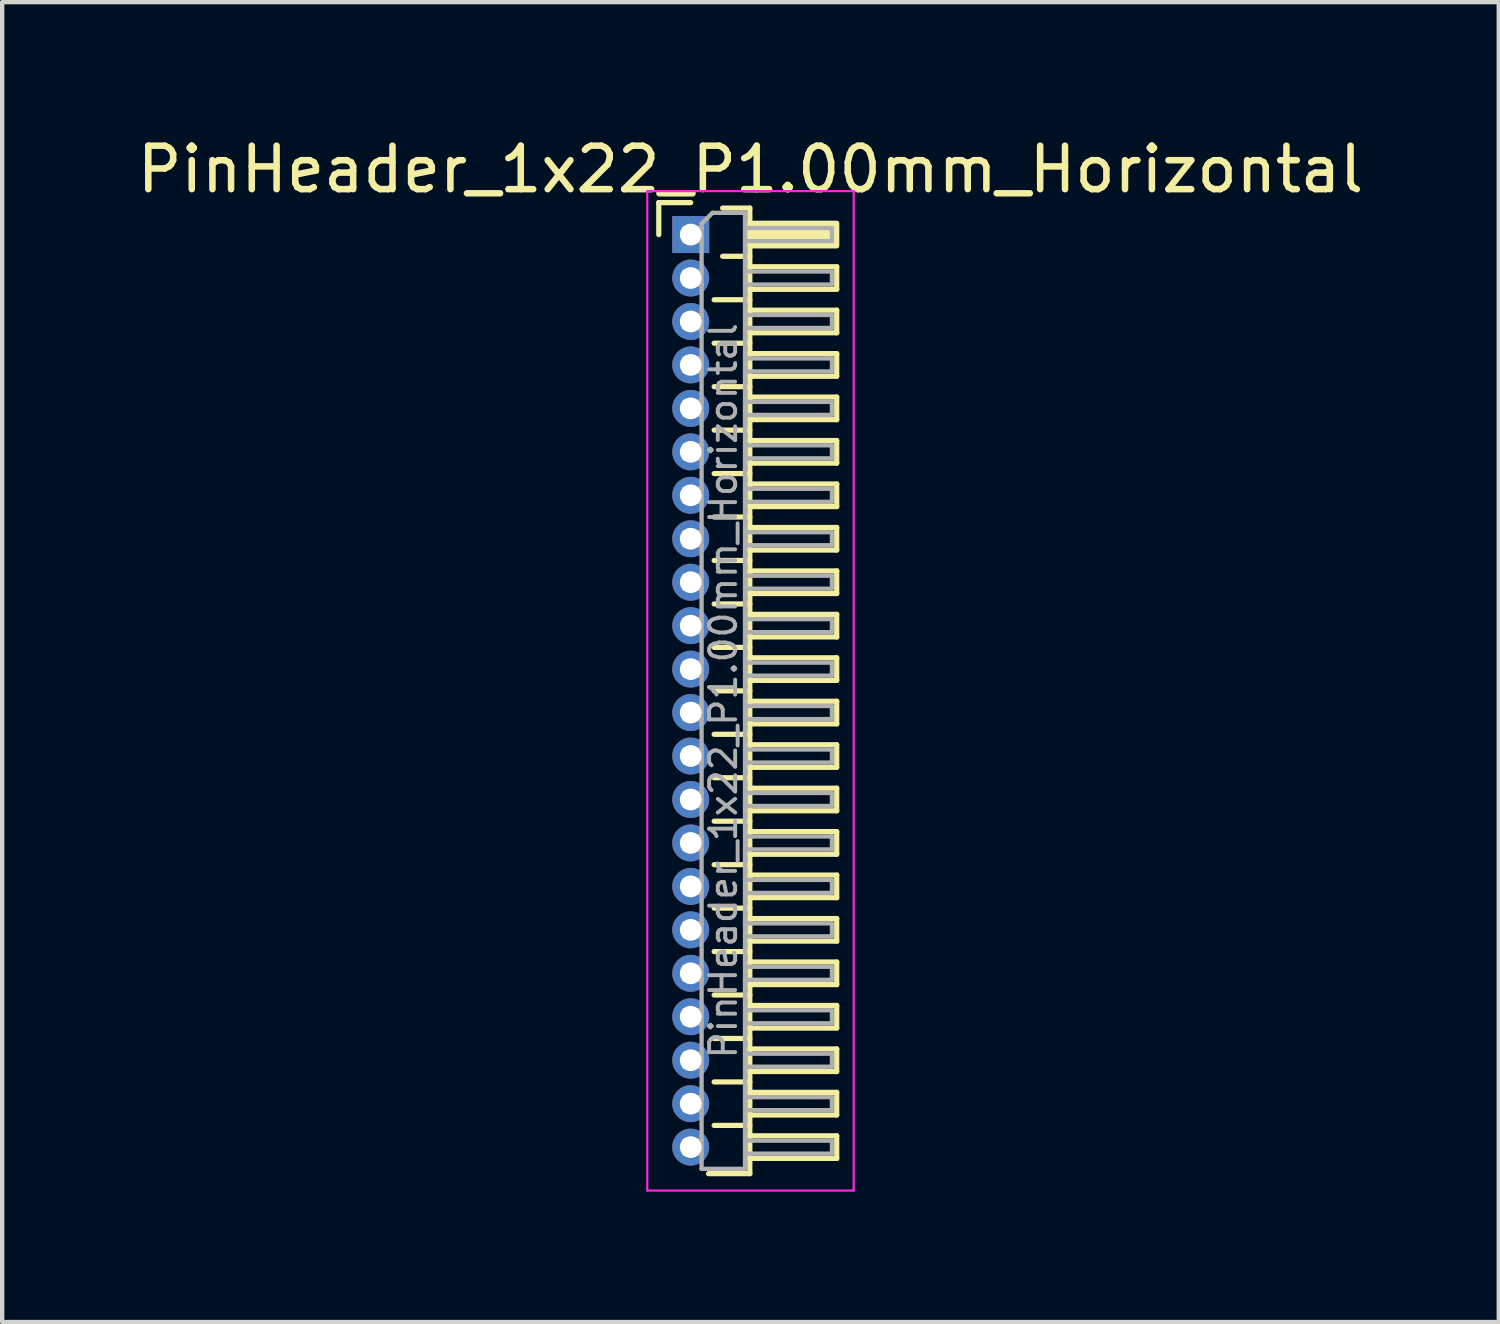
<source format=kicad_pcb>
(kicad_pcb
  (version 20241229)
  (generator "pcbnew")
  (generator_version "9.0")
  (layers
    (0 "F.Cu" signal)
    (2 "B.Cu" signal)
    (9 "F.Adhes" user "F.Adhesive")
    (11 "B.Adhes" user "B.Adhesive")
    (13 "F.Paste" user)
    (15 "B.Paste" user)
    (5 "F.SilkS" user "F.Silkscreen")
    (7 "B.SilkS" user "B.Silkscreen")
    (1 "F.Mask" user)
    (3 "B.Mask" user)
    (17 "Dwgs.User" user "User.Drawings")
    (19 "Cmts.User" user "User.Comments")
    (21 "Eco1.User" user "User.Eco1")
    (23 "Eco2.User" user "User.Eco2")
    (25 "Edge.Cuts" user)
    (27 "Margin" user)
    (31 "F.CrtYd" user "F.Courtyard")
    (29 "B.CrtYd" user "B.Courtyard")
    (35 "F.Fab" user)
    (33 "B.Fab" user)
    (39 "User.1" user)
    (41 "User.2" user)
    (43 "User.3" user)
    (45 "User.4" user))
  (footprint "PinHeader_1x22_P1.00mm_Horizontal"
    (layer "F.Cu")
    (at 12.845 2.348)
    (property "Reference" "PinHeader_1x22_P1.00mm_Horizontal" (at 1.375 -1.5 0) (layer "F.SilkS") (effects (font (size 1 1) (thickness 0.15))))
    (attr through_hole)
    (fp_line (start -0.735 -0.735) (end 0 -0.735) (stroke (width 0.12) (type solid)) (layer "F.SilkS"))
    (fp_line (start -0.735 0) (end -0.735 -0.735) (stroke (width 0.12) (type solid)) (layer "F.SilkS"))
    (fp_line (start 0.539 1.5) (end 1.36 1.5) (stroke (width 0.12) (type solid)) (layer "F.SilkS"))
    (fp_line (start 0.539 2.5) (end 1.36 2.5) (stroke (width 0.12) (type solid)) (layer "F.SilkS"))
    (fp_line (start 0.539 3.5) (end 1.36 3.5) (stroke (width 0.12) (type solid)) (layer "F.SilkS"))
    (fp_line (start 0.539 4.5) (end 1.36 4.5) (stroke (width 0.12) (type solid)) (layer "F.SilkS"))
    (fp_line (start 0.539 5.5) (end 1.36 5.5) (stroke (width 0.12) (type solid)) (layer "F.SilkS"))
    (fp_line (start 0.539 6.5) (end 1.36 6.5) (stroke (width 0.12) (type solid)) (layer "F.SilkS"))
    (fp_line (start 0.539 7.5) (end 1.36 7.5) (stroke (width 0.12) (type solid)) (layer "F.SilkS"))
    (fp_line (start 0.539 8.5) (end 1.36 8.5) (stroke (width 0.12) (type solid)) (layer "F.SilkS"))
    (fp_line (start 0.539 9.5) (end 1.36 9.5) (stroke (width 0.12) (type solid)) (layer "F.SilkS"))
    (fp_line (start 0.539 10.5) (end 1.36 10.5) (stroke (width 0.12) (type solid)) (layer "F.SilkS"))
    (fp_line (start 0.539 11.5) (end 1.36 11.5) (stroke (width 0.12) (type solid)) (layer "F.SilkS"))
    (fp_line (start 0.539 12.5) (end 1.36 12.5) (stroke (width 0.12) (type solid)) (layer "F.SilkS"))
    (fp_line (start 0.539 13.5) (end 1.36 13.5) (stroke (width 0.12) (type solid)) (layer "F.SilkS"))
    (fp_line (start 0.539 14.5) (end 1.36 14.5) (stroke (width 0.12) (type solid)) (layer "F.SilkS"))
    (fp_line (start 0.539 15.5) (end 1.36 15.5) (stroke (width 0.12) (type solid)) (layer "F.SilkS"))
    (fp_line (start 0.539 16.5) (end 1.36 16.5) (stroke (width 0.12) (type solid)) (layer "F.SilkS"))
    (fp_line (start 0.539 17.5) (end 1.36 17.5) (stroke (width 0.12) (type solid)) (layer "F.SilkS"))
    (fp_line (start 0.539 18.5) (end 1.36 18.5) (stroke (width 0.12) (type solid)) (layer "F.SilkS"))
    (fp_line (start 0.539 19.5) (end 1.36 19.5) (stroke (width 0.12) (type solid)) (layer "F.SilkS"))
    (fp_line (start 0.539 20.5) (end 1.36 20.5) (stroke (width 0.12) (type solid)) (layer "F.SilkS"))
    (fp_line (start 0.735 -0.61) (end 1.36 -0.61) (stroke (width 0.12) (type solid)) (layer "F.SilkS"))
    (fp_line (start 0.735 0.5) (end 1.36 0.5) (stroke (width 0.12) (type solid)) (layer "F.SilkS"))
    (fp_line (start 1.36 -0.61) (end 1.36 21.61) (stroke (width 0.12) (type solid)) (layer "F.SilkS"))
    (fp_line (start 1.36 0.74) (end 3.36 0.74) (stroke (width 0.12) (type solid)) (layer "F.SilkS"))
    (fp_line (start 1.36 1.74) (end 3.36 1.74) (stroke (width 0.12) (type solid)) (layer "F.SilkS"))
    (fp_line (start 1.36 2.74) (end 3.36 2.74) (stroke (width 0.12) (type solid)) (layer "F.SilkS"))
    (fp_line (start 1.36 3.74) (end 3.36 3.74) (stroke (width 0.12) (type solid)) (layer "F.SilkS"))
    (fp_line (start 1.36 4.74) (end 3.36 4.74) (stroke (width 0.12) (type solid)) (layer "F.SilkS"))
    (fp_line (start 1.36 5.74) (end 3.36 5.74) (stroke (width 0.12) (type solid)) (layer "F.SilkS"))
    (fp_line (start 1.36 6.74) (end 3.36 6.74) (stroke (width 0.12) (type solid)) (layer "F.SilkS"))
    (fp_line (start 1.36 7.74) (end 3.36 7.74) (stroke (width 0.12) (type solid)) (layer "F.SilkS"))
    (fp_line (start 1.36 8.74) (end 3.36 8.74) (stroke (width 0.12) (type solid)) (layer "F.SilkS"))
    (fp_line (start 1.36 9.74) (end 3.36 9.74) (stroke (width 0.12) (type solid)) (layer "F.SilkS"))
    (fp_line (start 1.36 10.74) (end 3.36 10.74) (stroke (width 0.12) (type solid)) (layer "F.SilkS"))
    (fp_line (start 1.36 11.74) (end 3.36 11.74) (stroke (width 0.12) (type solid)) (layer "F.SilkS"))
    (fp_line (start 1.36 12.74) (end 3.36 12.74) (stroke (width 0.12) (type solid)) (layer "F.SilkS"))
    (fp_line (start 1.36 13.74) (end 3.36 13.74) (stroke (width 0.12) (type solid)) (layer "F.SilkS"))
    (fp_line (start 1.36 14.74) (end 3.36 14.74) (stroke (width 0.12) (type solid)) (layer "F.SilkS"))
    (fp_line (start 1.36 15.74) (end 3.36 15.74) (stroke (width 0.12) (type solid)) (layer "F.SilkS"))
    (fp_line (start 1.36 16.74) (end 3.36 16.74) (stroke (width 0.12) (type solid)) (layer "F.SilkS"))
    (fp_line (start 1.36 17.74) (end 3.36 17.74) (stroke (width 0.12) (type solid)) (layer "F.SilkS"))
    (fp_line (start 1.36 18.74) (end 3.36 18.74) (stroke (width 0.12) (type solid)) (layer "F.SilkS"))
    (fp_line (start 1.36 19.74) (end 3.36 19.74) (stroke (width 0.12) (type solid)) (layer "F.SilkS"))
    (fp_line (start 1.36 20.74) (end 3.36 20.74) (stroke (width 0.12) (type solid)) (layer "F.SilkS"))
    (fp_line (start 1.36 21.61) (end 0.41 21.61) (stroke (width 0.12) (type solid)) (layer "F.SilkS"))
    (fp_line (start 3.36 0.74) (end 3.36 1.26) (stroke (width 0.12) (type solid)) (layer "F.SilkS"))
    (fp_line (start 3.36 1.26) (end 1.36 1.26) (stroke (width 0.12) (type solid)) (layer "F.SilkS"))
    (fp_line (start 3.36 1.74) (end 3.36 2.26) (stroke (width 0.12) (type solid)) (layer "F.SilkS"))
    (fp_line (start 3.36 2.26) (end 1.36 2.26) (stroke (width 0.12) (type solid)) (layer "F.SilkS"))
    (fp_line (start 3.36 2.74) (end 3.36 3.26) (stroke (width 0.12) (type solid)) (layer "F.SilkS"))
    (fp_line (start 3.36 3.26) (end 1.36 3.26) (stroke (width 0.12) (type solid)) (layer "F.SilkS"))
    (fp_line (start 3.36 3.74) (end 3.36 4.26) (stroke (width 0.12) (type solid)) (layer "F.SilkS"))
    (fp_line (start 3.36 4.26) (end 1.36 4.26) (stroke (width 0.12) (type solid)) (layer "F.SilkS"))
    (fp_line (start 3.36 4.74) (end 3.36 5.26) (stroke (width 0.12) (type solid)) (layer "F.SilkS"))
    (fp_line (start 3.36 5.26) (end 1.36 5.26) (stroke (width 0.12) (type solid)) (layer "F.SilkS"))
    (fp_line (start 3.36 5.74) (end 3.36 6.26) (stroke (width 0.12) (type solid)) (layer "F.SilkS"))
    (fp_line (start 3.36 6.26) (end 1.36 6.26) (stroke (width 0.12) (type solid)) (layer "F.SilkS"))
    (fp_line (start 3.36 6.74) (end 3.36 7.26) (stroke (width 0.12) (type solid)) (layer "F.SilkS"))
    (fp_line (start 3.36 7.26) (end 1.36 7.26) (stroke (width 0.12) (type solid)) (layer "F.SilkS"))
    (fp_line (start 3.36 7.74) (end 3.36 8.26) (stroke (width 0.12) (type solid)) (layer "F.SilkS"))
    (fp_line (start 3.36 8.26) (end 1.36 8.26) (stroke (width 0.12) (type solid)) (layer "F.SilkS"))
    (fp_line (start 3.36 8.74) (end 3.36 9.26) (stroke (width 0.12) (type solid)) (layer "F.SilkS"))
    (fp_line (start 3.36 9.26) (end 1.36 9.26) (stroke (width 0.12) (type solid)) (layer "F.SilkS"))
    (fp_line (start 3.36 9.74) (end 3.36 10.26) (stroke (width 0.12) (type solid)) (layer "F.SilkS"))
    (fp_line (start 3.36 10.26) (end 1.36 10.26) (stroke (width 0.12) (type solid)) (layer "F.SilkS"))
    (fp_line (start 3.36 10.74) (end 3.36 11.26) (stroke (width 0.12) (type solid)) (layer "F.SilkS"))
    (fp_line (start 3.36 11.26) (end 1.36 11.26) (stroke (width 0.12) (type solid)) (layer "F.SilkS"))
    (fp_line (start 3.36 11.74) (end 3.36 12.26) (stroke (width 0.12) (type solid)) (layer "F.SilkS"))
    (fp_line (start 3.36 12.26) (end 1.36 12.26) (stroke (width 0.12) (type solid)) (layer "F.SilkS"))
    (fp_line (start 3.36 12.74) (end 3.36 13.26) (stroke (width 0.12) (type solid)) (layer "F.SilkS"))
    (fp_line (start 3.36 13.26) (end 1.36 13.26) (stroke (width 0.12) (type solid)) (layer "F.SilkS"))
    (fp_line (start 3.36 13.74) (end 3.36 14.26) (stroke (width 0.12) (type solid)) (layer "F.SilkS"))
    (fp_line (start 3.36 14.26) (end 1.36 14.26) (stroke (width 0.12) (type solid)) (layer "F.SilkS"))
    (fp_line (start 3.36 14.74) (end 3.36 15.26) (stroke (width 0.12) (type solid)) (layer "F.SilkS"))
    (fp_line (start 3.36 15.26) (end 1.36 15.26) (stroke (width 0.12) (type solid)) (layer "F.SilkS"))
    (fp_line (start 3.36 15.74) (end 3.36 16.26) (stroke (width 0.12) (type solid)) (layer "F.SilkS"))
    (fp_line (start 3.36 16.26) (end 1.36 16.26) (stroke (width 0.12) (type solid)) (layer "F.SilkS"))
    (fp_line (start 3.36 16.74) (end 3.36 17.26) (stroke (width 0.12) (type solid)) (layer "F.SilkS"))
    (fp_line (start 3.36 17.26) (end 1.36 17.26) (stroke (width 0.12) (type solid)) (layer "F.SilkS"))
    (fp_line (start 3.36 17.74) (end 3.36 18.26) (stroke (width 0.12) (type solid)) (layer "F.SilkS"))
    (fp_line (start 3.36 18.26) (end 1.36 18.26) (stroke (width 0.12) (type solid)) (layer "F.SilkS"))
    (fp_line (start 3.36 18.74) (end 3.36 19.26) (stroke (width 0.12) (type solid)) (layer "F.SilkS"))
    (fp_line (start 3.36 19.26) (end 1.36 19.26) (stroke (width 0.12) (type solid)) (layer "F.SilkS"))
    (fp_line (start 3.36 19.74) (end 3.36 20.26) (stroke (width 0.12) (type solid)) (layer "F.SilkS"))
    (fp_line (start 3.36 20.26) (end 1.36 20.26) (stroke (width 0.12) (type solid)) (layer "F.SilkS"))
    (fp_line (start 3.36 20.74) (end 3.36 21.26) (stroke (width 0.12) (type solid)) (layer "F.SilkS"))
    (fp_line (start 3.36 21.26) (end 1.36 21.26) (stroke (width 0.12) (type solid)) (layer "F.SilkS"))
    (fp_rect (start 1.36 -0.26) (end 3.36 0.26) (stroke (width 0.12) (type solid)) (fill yes) (layer "F.SilkS"))
    (fp_line (start -1 -1) (end -1 22) (stroke (width 0.05) (type solid)) (layer "F.CrtYd"))
    (fp_line (start -1 22) (end 3.75 22) (stroke (width 0.05) (type solid)) (layer "F.CrtYd"))
    (fp_line (start 3.75 -1) (end -1 -1) (stroke (width 0.05) (type solid)) (layer "F.CrtYd"))
    (fp_line (start 3.75 22) (end 3.75 -1) (stroke (width 0.05) (type solid)) (layer "F.CrtYd"))
    (fp_line (start -0.15 -0.15) (end -0.15 0.15) (stroke (width 0.1) (type solid)) (layer "F.Fab"))
    (fp_line (start -0.15 -0.15) (end 0.25 -0.15) (stroke (width 0.1) (type solid)) (layer "F.Fab"))
    (fp_line (start -0.15 0.15) (end 0.25 0.15) (stroke (width 0.1) (type solid)) (layer "F.Fab"))
    (fp_line (start -0.15 0.85) (end -0.15 1.15) (stroke (width 0.1) (type solid)) (layer "F.Fab"))
    (fp_line (start -0.15 0.85) (end 0.25 0.85) (stroke (width 0.1) (type solid)) (layer "F.Fab"))
    (fp_line (start -0.15 1.15) (end 0.25 1.15) (stroke (width 0.1) (type solid)) (layer "F.Fab"))
    (fp_line (start -0.15 1.85) (end -0.15 2.15) (stroke (width 0.1) (type solid)) (layer "F.Fab"))
    (fp_line (start -0.15 1.85) (end 0.25 1.85) (stroke (width 0.1) (type solid)) (layer "F.Fab"))
    (fp_line (start -0.15 2.15) (end 0.25 2.15) (stroke (width 0.1) (type solid)) (layer "F.Fab"))
    (fp_line (start -0.15 2.85) (end -0.15 3.15) (stroke (width 0.1) (type solid)) (layer "F.Fab"))
    (fp_line (start -0.15 2.85) (end 0.25 2.85) (stroke (width 0.1) (type solid)) (layer "F.Fab"))
    (fp_line (start -0.15 3.15) (end 0.25 3.15) (stroke (width 0.1) (type solid)) (layer "F.Fab"))
    (fp_line (start -0.15 3.85) (end -0.15 4.15) (stroke (width 0.1) (type solid)) (layer "F.Fab"))
    (fp_line (start -0.15 3.85) (end 0.25 3.85) (stroke (width 0.1) (type solid)) (layer "F.Fab"))
    (fp_line (start -0.15 4.15) (end 0.25 4.15) (stroke (width 0.1) (type solid)) (layer "F.Fab"))
    (fp_line (start -0.15 4.85) (end -0.15 5.15) (stroke (width 0.1) (type solid)) (layer "F.Fab"))
    (fp_line (start -0.15 4.85) (end 0.25 4.85) (stroke (width 0.1) (type solid)) (layer "F.Fab"))
    (fp_line (start -0.15 5.15) (end 0.25 5.15) (stroke (width 0.1) (type solid)) (layer "F.Fab"))
    (fp_line (start -0.15 5.85) (end -0.15 6.15) (stroke (width 0.1) (type solid)) (layer "F.Fab"))
    (fp_line (start -0.15 5.85) (end 0.25 5.85) (stroke (width 0.1) (type solid)) (layer "F.Fab"))
    (fp_line (start -0.15 6.15) (end 0.25 6.15) (stroke (width 0.1) (type solid)) (layer "F.Fab"))
    (fp_line (start -0.15 6.85) (end -0.15 7.15) (stroke (width 0.1) (type solid)) (layer "F.Fab"))
    (fp_line (start -0.15 6.85) (end 0.25 6.85) (stroke (width 0.1) (type solid)) (layer "F.Fab"))
    (fp_line (start -0.15 7.15) (end 0.25 7.15) (stroke (width 0.1) (type solid)) (layer "F.Fab"))
    (fp_line (start -0.15 7.85) (end -0.15 8.15) (stroke (width 0.1) (type solid)) (layer "F.Fab"))
    (fp_line (start -0.15 7.85) (end 0.25 7.85) (stroke (width 0.1) (type solid)) (layer "F.Fab"))
    (fp_line (start -0.15 8.15) (end 0.25 8.15) (stroke (width 0.1) (type solid)) (layer "F.Fab"))
    (fp_line (start -0.15 8.85) (end -0.15 9.15) (stroke (width 0.1) (type solid)) (layer "F.Fab"))
    (fp_line (start -0.15 8.85) (end 0.25 8.85) (stroke (width 0.1) (type solid)) (layer "F.Fab"))
    (fp_line (start -0.15 9.15) (end 0.25 9.15) (stroke (width 0.1) (type solid)) (layer "F.Fab"))
    (fp_line (start -0.15 9.85) (end -0.15 10.15) (stroke (width 0.1) (type solid)) (layer "F.Fab"))
    (fp_line (start -0.15 9.85) (end 0.25 9.85) (stroke (width 0.1) (type solid)) (layer "F.Fab"))
    (fp_line (start -0.15 10.15) (end 0.25 10.15) (stroke (width 0.1) (type solid)) (layer "F.Fab"))
    (fp_line (start -0.15 10.85) (end -0.15 11.15) (stroke (width 0.1) (type solid)) (layer "F.Fab"))
    (fp_line (start -0.15 10.85) (end 0.25 10.85) (stroke (width 0.1) (type solid)) (layer "F.Fab"))
    (fp_line (start -0.15 11.15) (end 0.25 11.15) (stroke (width 0.1) (type solid)) (layer "F.Fab"))
    (fp_line (start -0.15 11.85) (end -0.15 12.15) (stroke (width 0.1) (type solid)) (layer "F.Fab"))
    (fp_line (start -0.15 11.85) (end 0.25 11.85) (stroke (width 0.1) (type solid)) (layer "F.Fab"))
    (fp_line (start -0.15 12.15) (end 0.25 12.15) (stroke (width 0.1) (type solid)) (layer "F.Fab"))
    (fp_line (start -0.15 12.85) (end -0.15 13.15) (stroke (width 0.1) (type solid)) (layer "F.Fab"))
    (fp_line (start -0.15 12.85) (end 0.25 12.85) (stroke (width 0.1) (type solid)) (layer "F.Fab"))
    (fp_line (start -0.15 13.15) (end 0.25 13.15) (stroke (width 0.1) (type solid)) (layer "F.Fab"))
    (fp_line (start -0.15 13.85) (end -0.15 14.15) (stroke (width 0.1) (type solid)) (layer "F.Fab"))
    (fp_line (start -0.15 13.85) (end 0.25 13.85) (stroke (width 0.1) (type solid)) (layer "F.Fab"))
    (fp_line (start -0.15 14.15) (end 0.25 14.15) (stroke (width 0.1) (type solid)) (layer "F.Fab"))
    (fp_line (start -0.15 14.85) (end -0.15 15.15) (stroke (width 0.1) (type solid)) (layer "F.Fab"))
    (fp_line (start -0.15 14.85) (end 0.25 14.85) (stroke (width 0.1) (type solid)) (layer "F.Fab"))
    (fp_line (start -0.15 15.15) (end 0.25 15.15) (stroke (width 0.1) (type solid)) (layer "F.Fab"))
    (fp_line (start -0.15 15.85) (end -0.15 16.15) (stroke (width 0.1) (type solid)) (layer "F.Fab"))
    (fp_line (start -0.15 15.85) (end 0.25 15.85) (stroke (width 0.1) (type solid)) (layer "F.Fab"))
    (fp_line (start -0.15 16.15) (end 0.25 16.15) (stroke (width 0.1) (type solid)) (layer "F.Fab"))
    (fp_line (start -0.15 16.85) (end -0.15 17.15) (stroke (width 0.1) (type solid)) (layer "F.Fab"))
    (fp_line (start -0.15 16.85) (end 0.25 16.85) (stroke (width 0.1) (type solid)) (layer "F.Fab"))
    (fp_line (start -0.15 17.15) (end 0.25 17.15) (stroke (width 0.1) (type solid)) (layer "F.Fab"))
    (fp_line (start -0.15 17.85) (end -0.15 18.15) (stroke (width 0.1) (type solid)) (layer "F.Fab"))
    (fp_line (start -0.15 17.85) (end 0.25 17.85) (stroke (width 0.1) (type solid)) (layer "F.Fab"))
    (fp_line (start -0.15 18.15) (end 0.25 18.15) (stroke (width 0.1) (type solid)) (layer "F.Fab"))
    (fp_line (start -0.15 18.85) (end -0.15 19.15) (stroke (width 0.1) (type solid)) (layer "F.Fab"))
    (fp_line (start -0.15 18.85) (end 0.25 18.85) (stroke (width 0.1) (type solid)) (layer "F.Fab"))
    (fp_line (start -0.15 19.15) (end 0.25 19.15) (stroke (width 0.1) (type solid)) (layer "F.Fab"))
    (fp_line (start -0.15 19.85) (end -0.15 20.15) (stroke (width 0.1) (type solid)) (layer "F.Fab"))
    (fp_line (start -0.15 19.85) (end 0.25 19.85) (stroke (width 0.1) (type solid)) (layer "F.Fab"))
    (fp_line (start -0.15 20.15) (end 0.25 20.15) (stroke (width 0.1) (type solid)) (layer "F.Fab"))
    (fp_line (start -0.15 20.85) (end -0.15 21.15) (stroke (width 0.1) (type solid)) (layer "F.Fab"))
    (fp_line (start -0.15 20.85) (end 0.25 20.85) (stroke (width 0.1) (type solid)) (layer "F.Fab"))
    (fp_line (start -0.15 21.15) (end 0.25 21.15) (stroke (width 0.1) (type solid)) (layer "F.Fab"))
    (fp_line (start 0.25 -0.25) (end 0.5 -0.5) (stroke (width 0.1) (type solid)) (layer "F.Fab"))
    (fp_line (start 0.25 21.5) (end 0.25 -0.25) (stroke (width 0.1) (type solid)) (layer "F.Fab"))
    (fp_line (start 0.5 -0.5) (end 1.25 -0.5) (stroke (width 0.1) (type solid)) (layer "F.Fab"))
    (fp_line (start 1.25 -0.5) (end 1.25 21.5) (stroke (width 0.1) (type solid)) (layer "F.Fab"))
    (fp_line (start 1.25 -0.15) (end 3.25 -0.15) (stroke (width 0.1) (type solid)) (layer "F.Fab"))
    (fp_line (start 1.25 0.15) (end 3.25 0.15) (stroke (width 0.1) (type solid)) (layer "F.Fab"))
    (fp_line (start 1.25 0.85) (end 3.25 0.85) (stroke (width 0.1) (type solid)) (layer "F.Fab"))
    (fp_line (start 1.25 1.15) (end 3.25 1.15) (stroke (width 0.1) (type solid)) (layer "F.Fab"))
    (fp_line (start 1.25 1.85) (end 3.25 1.85) (stroke (width 0.1) (type solid)) (layer "F.Fab"))
    (fp_line (start 1.25 2.15) (end 3.25 2.15) (stroke (width 0.1) (type solid)) (layer "F.Fab"))
    (fp_line (start 1.25 2.85) (end 3.25 2.85) (stroke (width 0.1) (type solid)) (layer "F.Fab"))
    (fp_line (start 1.25 3.15) (end 3.25 3.15) (stroke (width 0.1) (type solid)) (layer "F.Fab"))
    (fp_line (start 1.25 3.85) (end 3.25 3.85) (stroke (width 0.1) (type solid)) (layer "F.Fab"))
    (fp_line (start 1.25 4.15) (end 3.25 4.15) (stroke (width 0.1) (type solid)) (layer "F.Fab"))
    (fp_line (start 1.25 4.85) (end 3.25 4.85) (stroke (width 0.1) (type solid)) (layer "F.Fab"))
    (fp_line (start 1.25 5.15) (end 3.25 5.15) (stroke (width 0.1) (type solid)) (layer "F.Fab"))
    (fp_line (start 1.25 5.85) (end 3.25 5.85) (stroke (width 0.1) (type solid)) (layer "F.Fab"))
    (fp_line (start 1.25 6.15) (end 3.25 6.15) (stroke (width 0.1) (type solid)) (layer "F.Fab"))
    (fp_line (start 1.25 6.85) (end 3.25 6.85) (stroke (width 0.1) (type solid)) (layer "F.Fab"))
    (fp_line (start 1.25 7.15) (end 3.25 7.15) (stroke (width 0.1) (type solid)) (layer "F.Fab"))
    (fp_line (start 1.25 7.85) (end 3.25 7.85) (stroke (width 0.1) (type solid)) (layer "F.Fab"))
    (fp_line (start 1.25 8.15) (end 3.25 8.15) (stroke (width 0.1) (type solid)) (layer "F.Fab"))
    (fp_line (start 1.25 8.85) (end 3.25 8.85) (stroke (width 0.1) (type solid)) (layer "F.Fab"))
    (fp_line (start 1.25 9.15) (end 3.25 9.15) (stroke (width 0.1) (type solid)) (layer "F.Fab"))
    (fp_line (start 1.25 9.85) (end 3.25 9.85) (stroke (width 0.1) (type solid)) (layer "F.Fab"))
    (fp_line (start 1.25 10.15) (end 3.25 10.15) (stroke (width 0.1) (type solid)) (layer "F.Fab"))
    (fp_line (start 1.25 10.85) (end 3.25 10.85) (stroke (width 0.1) (type solid)) (layer "F.Fab"))
    (fp_line (start 1.25 11.15) (end 3.25 11.15) (stroke (width 0.1) (type solid)) (layer "F.Fab"))
    (fp_line (start 1.25 11.85) (end 3.25 11.85) (stroke (width 0.1) (type solid)) (layer "F.Fab"))
    (fp_line (start 1.25 12.15) (end 3.25 12.15) (stroke (width 0.1) (type solid)) (layer "F.Fab"))
    (fp_line (start 1.25 12.85) (end 3.25 12.85) (stroke (width 0.1) (type solid)) (layer "F.Fab"))
    (fp_line (start 1.25 13.15) (end 3.25 13.15) (stroke (width 0.1) (type solid)) (layer "F.Fab"))
    (fp_line (start 1.25 13.85) (end 3.25 13.85) (stroke (width 0.1) (type solid)) (layer "F.Fab"))
    (fp_line (start 1.25 14.15) (end 3.25 14.15) (stroke (width 0.1) (type solid)) (layer "F.Fab"))
    (fp_line (start 1.25 14.85) (end 3.25 14.85) (stroke (width 0.1) (type solid)) (layer "F.Fab"))
    (fp_line (start 1.25 15.15) (end 3.25 15.15) (stroke (width 0.1) (type solid)) (layer "F.Fab"))
    (fp_line (start 1.25 15.85) (end 3.25 15.85) (stroke (width 0.1) (type solid)) (layer "F.Fab"))
    (fp_line (start 1.25 16.15) (end 3.25 16.15) (stroke (width 0.1) (type solid)) (layer "F.Fab"))
    (fp_line (start 1.25 16.85) (end 3.25 16.85) (stroke (width 0.1) (type solid)) (layer "F.Fab"))
    (fp_line (start 1.25 17.15) (end 3.25 17.15) (stroke (width 0.1) (type solid)) (layer "F.Fab"))
    (fp_line (start 1.25 17.85) (end 3.25 17.85) (stroke (width 0.1) (type solid)) (layer "F.Fab"))
    (fp_line (start 1.25 18.15) (end 3.25 18.15) (stroke (width 0.1) (type solid)) (layer "F.Fab"))
    (fp_line (start 1.25 18.85) (end 3.25 18.85) (stroke (width 0.1) (type solid)) (layer "F.Fab"))
    (fp_line (start 1.25 19.15) (end 3.25 19.15) (stroke (width 0.1) (type solid)) (layer "F.Fab"))
    (fp_line (start 1.25 19.85) (end 3.25 19.85) (stroke (width 0.1) (type solid)) (layer "F.Fab"))
    (fp_line (start 1.25 20.15) (end 3.25 20.15) (stroke (width 0.1) (type solid)) (layer "F.Fab"))
    (fp_line (start 1.25 20.85) (end 3.25 20.85) (stroke (width 0.1) (type solid)) (layer "F.Fab"))
    (fp_line (start 1.25 21.15) (end 3.25 21.15) (stroke (width 0.1) (type solid)) (layer "F.Fab"))
    (fp_line (start 1.25 21.5) (end 0.25 21.5) (stroke (width 0.1) (type solid)) (layer "F.Fab"))
    (fp_line (start 3.25 -0.15) (end 3.25 0.15) (stroke (width 0.1) (type solid)) (layer "F.Fab"))
    (fp_line (start 3.25 0.85) (end 3.25 1.15) (stroke (width 0.1) (type solid)) (layer "F.Fab"))
    (fp_line (start 3.25 1.85) (end 3.25 2.15) (stroke (width 0.1) (type solid)) (layer "F.Fab"))
    (fp_line (start 3.25 2.85) (end 3.25 3.15) (stroke (width 0.1) (type solid)) (layer "F.Fab"))
    (fp_line (start 3.25 3.85) (end 3.25 4.15) (stroke (width 0.1) (type solid)) (layer "F.Fab"))
    (fp_line (start 3.25 4.85) (end 3.25 5.15) (stroke (width 0.1) (type solid)) (layer "F.Fab"))
    (fp_line (start 3.25 5.85) (end 3.25 6.15) (stroke (width 0.1) (type solid)) (layer "F.Fab"))
    (fp_line (start 3.25 6.85) (end 3.25 7.15) (stroke (width 0.1) (type solid)) (layer "F.Fab"))
    (fp_line (start 3.25 7.85) (end 3.25 8.15) (stroke (width 0.1) (type solid)) (layer "F.Fab"))
    (fp_line (start 3.25 8.85) (end 3.25 9.15) (stroke (width 0.1) (type solid)) (layer "F.Fab"))
    (fp_line (start 3.25 9.85) (end 3.25 10.15) (stroke (width 0.1) (type solid)) (layer "F.Fab"))
    (fp_line (start 3.25 10.85) (end 3.25 11.15) (stroke (width 0.1) (type solid)) (layer "F.Fab"))
    (fp_line (start 3.25 11.85) (end 3.25 12.15) (stroke (width 0.1) (type solid)) (layer "F.Fab"))
    (fp_line (start 3.25 12.85) (end 3.25 13.15) (stroke (width 0.1) (type solid)) (layer "F.Fab"))
    (fp_line (start 3.25 13.85) (end 3.25 14.15) (stroke (width 0.1) (type solid)) (layer "F.Fab"))
    (fp_line (start 3.25 14.85) (end 3.25 15.15) (stroke (width 0.1) (type solid)) (layer "F.Fab"))
    (fp_line (start 3.25 15.85) (end 3.25 16.15) (stroke (width 0.1) (type solid)) (layer "F.Fab"))
    (fp_line (start 3.25 16.85) (end 3.25 17.15) (stroke (width 0.1) (type solid)) (layer "F.Fab"))
    (fp_line (start 3.25 17.85) (end 3.25 18.15) (stroke (width 0.1) (type solid)) (layer "F.Fab"))
    (fp_line (start 3.25 18.85) (end 3.25 19.15) (stroke (width 0.1) (type solid)) (layer "F.Fab"))
    (fp_line (start 3.25 19.85) (end 3.25 20.15) (stroke (width 0.1) (type solid)) (layer "F.Fab"))
    (fp_line (start 3.25 20.85) (end 3.25 21.15) (stroke (width 0.1) (type solid)) (layer "F.Fab"))
    (fp_text user "${REFERENCE}" (at 0.75 10.5 90) (layer "F.Fab") (effects (font (size 0.6 0.6) (thickness 0.09))))
    (pad "1" thru_hole rect (at 0 0) (size 0.85 0.85) (drill 0.5) (layers "*.Cu" "*.Mask"))
    (pad "2" thru_hole circle (at 0 1) (size 0.85 0.85) (drill 0.5) (layers "*.Cu" "*.Mask"))
    (pad "3" thru_hole circle (at 0 2) (size 0.85 0.85) (drill 0.5) (layers "*.Cu" "*.Mask"))
    (pad "4" thru_hole circle (at 0 3) (size 0.85 0.85) (drill 0.5) (layers "*.Cu" "*.Mask"))
    (pad "5" thru_hole circle (at 0 4) (size 0.85 0.85) (drill 0.5) (layers "*.Cu" "*.Mask"))
    (pad "6" thru_hole circle (at 0 5) (size 0.85 0.85) (drill 0.5) (layers "*.Cu" "*.Mask"))
    (pad "7" thru_hole circle (at 0 6) (size 0.85 0.85) (drill 0.5) (layers "*.Cu" "*.Mask"))
    (pad "8" thru_hole circle (at 0 7) (size 0.85 0.85) (drill 0.5) (layers "*.Cu" "*.Mask"))
    (pad "9" thru_hole circle (at 0 8) (size 0.85 0.85) (drill 0.5) (layers "*.Cu" "*.Mask"))
    (pad "10" thru_hole circle (at 0 9) (size 0.85 0.85) (drill 0.5) (layers "*.Cu" "*.Mask"))
    (pad "11" thru_hole circle (at 0 10) (size 0.85 0.85) (drill 0.5) (layers "*.Cu" "*.Mask"))
    (pad "12" thru_hole circle (at 0 11) (size 0.85 0.85) (drill 0.5) (layers "*.Cu" "*.Mask"))
    (pad "13" thru_hole circle (at 0 12) (size 0.85 0.85) (drill 0.5) (layers "*.Cu" "*.Mask"))
    (pad "14" thru_hole circle (at 0 13) (size 0.85 0.85) (drill 0.5) (layers "*.Cu" "*.Mask"))
    (pad "15" thru_hole circle (at 0 14) (size 0.85 0.85) (drill 0.5) (layers "*.Cu" "*.Mask"))
    (pad "16" thru_hole circle (at 0 15) (size 0.85 0.85) (drill 0.5) (layers "*.Cu" "*.Mask"))
    (pad "17" thru_hole circle (at 0 16) (size 0.85 0.85) (drill 0.5) (layers "*.Cu" "*.Mask"))
    (pad "18" thru_hole circle (at 0 17) (size 0.85 0.85) (drill 0.5) (layers "*.Cu" "*.Mask"))
    (pad "19" thru_hole circle (at 0 18) (size 0.85 0.85) (drill 0.5) (layers "*.Cu" "*.Mask"))
    (pad "20" thru_hole circle (at 0 19) (size 0.85 0.85) (drill 0.5) (layers "*.Cu" "*.Mask"))
    (pad "21" thru_hole circle (at 0 20) (size 0.85 0.85) (drill 0.5) (layers "*.Cu" "*.Mask"))
    (pad "22" thru_hole circle (at 0 21) (size 0.85 0.85) (drill 0.5) (layers "*.Cu" "*.Mask")))
  (gr_rect
    (start -3 -3)
    (end 31.44 27.373)
    (stroke (width 0.1) (type default))
    (fill no)
    (layer "Edge.Cuts")))
</source>
